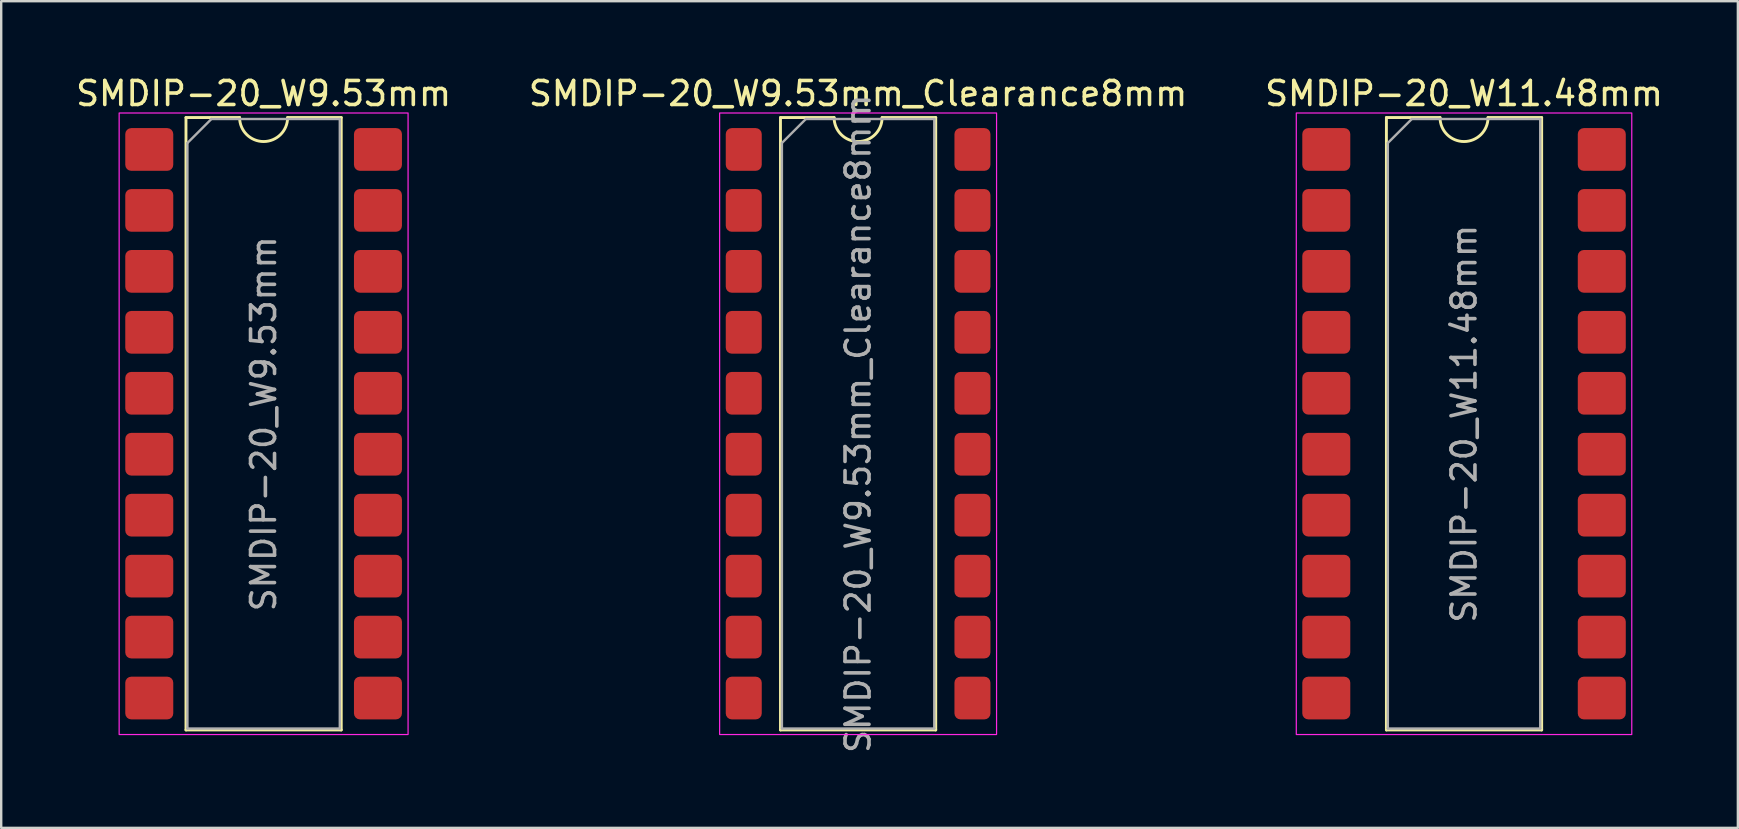
<source format=kicad_pcb>
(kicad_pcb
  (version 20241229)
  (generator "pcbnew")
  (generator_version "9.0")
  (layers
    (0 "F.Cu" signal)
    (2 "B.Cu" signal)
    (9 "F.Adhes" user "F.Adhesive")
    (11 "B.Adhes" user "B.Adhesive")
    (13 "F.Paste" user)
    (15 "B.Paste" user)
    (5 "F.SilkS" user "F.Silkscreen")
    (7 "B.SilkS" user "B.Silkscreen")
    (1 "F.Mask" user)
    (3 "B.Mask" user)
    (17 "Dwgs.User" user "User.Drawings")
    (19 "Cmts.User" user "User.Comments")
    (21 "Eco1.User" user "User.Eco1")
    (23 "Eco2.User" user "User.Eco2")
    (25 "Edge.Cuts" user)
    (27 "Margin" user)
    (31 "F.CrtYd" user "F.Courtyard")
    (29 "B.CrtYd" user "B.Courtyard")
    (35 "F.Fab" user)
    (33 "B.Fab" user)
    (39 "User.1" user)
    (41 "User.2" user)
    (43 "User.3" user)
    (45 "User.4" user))
  (footprint "SMDIP-20_W9.53mm_Clearance8mm"
    (layer "F.Cu")
    (at 32.708 14.608)
    (property "Reference" "SMDIP-20_W9.53mm_Clearance8mm" (at 0 -13.76 0) (layer "F.SilkS") (effects (font (size 1 1) (thickness 0.15))))
    (attr smd)
    (fp_line (start -3.235 -12.76) (end -3.235 12.76) (stroke (width 0.12) (type solid)) (layer "F.SilkS"))
    (fp_line (start -3.235 12.76) (end 3.235 12.76) (stroke (width 0.12) (type solid)) (layer "F.SilkS"))
    (fp_line (start -1 -12.76) (end -3.235 -12.76) (stroke (width 0.12) (type solid)) (layer "F.SilkS"))
    (fp_line (start 3.235 -12.76) (end 1 -12.76) (stroke (width 0.12) (type solid)) (layer "F.SilkS"))
    (fp_line (start 3.235 12.76) (end 3.235 -12.76) (stroke (width 0.12) (type solid)) (layer "F.SilkS"))
    (fp_arc (start 1 -12.76) (mid 0 -11.76) (end -1 -12.76) (stroke (width 0.12) (type solid)) (layer "F.SilkS"))
    (fp_rect (start -5.77 -12.95) (end 5.77 12.95) (stroke (width 0.05) (type solid)) (fill no) (layer "F.CrtYd"))
    (fp_line (start -3.175 -11.7) (end -2.175 -12.7) (stroke (width 0.1) (type solid)) (layer "F.Fab"))
    (fp_line (start -3.175 12.7) (end -3.175 -11.7) (stroke (width 0.1) (type solid)) (layer "F.Fab"))
    (fp_line (start -2.175 -12.7) (end 3.175 -12.7) (stroke (width 0.1) (type solid)) (layer "F.Fab"))
    (fp_line (start 3.175 -12.7) (end 3.175 12.7) (stroke (width 0.1) (type solid)) (layer "F.Fab"))
    (fp_line (start 3.175 12.7) (end -3.175 12.7) (stroke (width 0.1) (type solid)) (layer "F.Fab"))
    (fp_text user "${REFERENCE}" (at 0 0 90) (layer "F.Fab") (effects (font (size 1 1) (thickness 0.15))))
    (pad "1" smd roundrect (at -4.765 -11.43) (size 1.5 1.78) (layers "F.Cu" "F.Mask" "F.Paste") (roundrect_rratio 0.167))
    (pad "2" smd roundrect (at -4.765 -8.89) (size 1.5 1.78) (layers "F.Cu" "F.Mask" "F.Paste") (roundrect_rratio 0.167))
    (pad "3" smd roundrect (at -4.765 -6.35) (size 1.5 1.78) (layers "F.Cu" "F.Mask" "F.Paste") (roundrect_rratio 0.167))
    (pad "4" smd roundrect (at -4.765 -3.81) (size 1.5 1.78) (layers "F.Cu" "F.Mask" "F.Paste") (roundrect_rratio 0.167))
    (pad "5" smd roundrect (at -4.765 -1.27) (size 1.5 1.78) (layers "F.Cu" "F.Mask" "F.Paste") (roundrect_rratio 0.167))
    (pad "6" smd roundrect (at -4.765 1.27) (size 1.5 1.78) (layers "F.Cu" "F.Mask" "F.Paste") (roundrect_rratio 0.167))
    (pad "7" smd roundrect (at -4.765 3.81) (size 1.5 1.78) (layers "F.Cu" "F.Mask" "F.Paste") (roundrect_rratio 0.167))
    (pad "8" smd roundrect (at -4.765 6.35) (size 1.5 1.78) (layers "F.Cu" "F.Mask" "F.Paste") (roundrect_rratio 0.167))
    (pad "9" smd roundrect (at -4.765 8.89) (size 1.5 1.78) (layers "F.Cu" "F.Mask" "F.Paste") (roundrect_rratio 0.167))
    (pad "10" smd roundrect (at -4.765 11.43) (size 1.5 1.78) (layers "F.Cu" "F.Mask" "F.Paste") (roundrect_rratio 0.167))
    (pad "11" smd roundrect (at 4.765 11.43) (size 1.5 1.78) (layers "F.Cu" "F.Mask" "F.Paste") (roundrect_rratio 0.167))
    (pad "12" smd roundrect (at 4.765 8.89) (size 1.5 1.78) (layers "F.Cu" "F.Mask" "F.Paste") (roundrect_rratio 0.167))
    (pad "13" smd roundrect (at 4.765 6.35) (size 1.5 1.78) (layers "F.Cu" "F.Mask" "F.Paste") (roundrect_rratio 0.167))
    (pad "14" smd roundrect (at 4.765 3.81) (size 1.5 1.78) (layers "F.Cu" "F.Mask" "F.Paste") (roundrect_rratio 0.167))
    (pad "15" smd roundrect (at 4.765 1.27) (size 1.5 1.78) (layers "F.Cu" "F.Mask" "F.Paste") (roundrect_rratio 0.167))
    (pad "16" smd roundrect (at 4.765 -1.27) (size 1.5 1.78) (layers "F.Cu" "F.Mask" "F.Paste") (roundrect_rratio 0.167))
    (pad "17" smd roundrect (at 4.765 -3.81) (size 1.5 1.78) (layers "F.Cu" "F.Mask" "F.Paste") (roundrect_rratio 0.167))
    (pad "18" smd roundrect (at 4.765 -6.35) (size 1.5 1.78) (layers "F.Cu" "F.Mask" "F.Paste") (roundrect_rratio 0.167))
    (pad "19" smd roundrect (at 4.765 -8.89) (size 1.5 1.78) (layers "F.Cu" "F.Mask" "F.Paste") (roundrect_rratio 0.167))
    (pad "20" smd roundrect (at 4.765 -11.43) (size 1.5 1.78) (layers "F.Cu" "F.Mask" "F.Paste") (roundrect_rratio 0.167)))
  (footprint "SMDIP-20_W11.48mm"
    (layer "F.Cu")
    (at 57.958 14.608)
    (property "Reference" "SMDIP-20_W11.48mm" (at 0 -13.76 0) (layer "F.SilkS") (effects (font (size 1 1) (thickness 0.15))))
    (attr smd)
    (fp_line (start -3.235 -12.76) (end -3.235 12.76) (stroke (width 0.12) (type solid)) (layer "F.SilkS"))
    (fp_line (start -3.235 12.76) (end 3.235 12.76) (stroke (width 0.12) (type solid)) (layer "F.SilkS"))
    (fp_line (start -1 -12.76) (end -3.235 -12.76) (stroke (width 0.12) (type solid)) (layer "F.SilkS"))
    (fp_line (start 3.235 -12.76) (end 1 -12.76) (stroke (width 0.12) (type solid)) (layer "F.SilkS"))
    (fp_line (start 3.235 12.76) (end 3.235 -12.76) (stroke (width 0.12) (type solid)) (layer "F.SilkS"))
    (fp_arc (start 1 -12.76) (mid 0 -11.76) (end -1 -12.76) (stroke (width 0.12) (type solid)) (layer "F.SilkS"))
    (fp_rect (start -6.99 -12.95) (end 6.99 12.95) (stroke (width 0.05) (type solid)) (fill no) (layer "F.CrtYd"))
    (fp_line (start -3.175 -11.7) (end -2.175 -12.7) (stroke (width 0.1) (type solid)) (layer "F.Fab"))
    (fp_line (start -3.175 12.7) (end -3.175 -11.7) (stroke (width 0.1) (type solid)) (layer "F.Fab"))
    (fp_line (start -2.175 -12.7) (end 3.175 -12.7) (stroke (width 0.1) (type solid)) (layer "F.Fab"))
    (fp_line (start 3.175 -12.7) (end 3.175 12.7) (stroke (width 0.1) (type solid)) (layer "F.Fab"))
    (fp_line (start 3.175 12.7) (end -3.175 12.7) (stroke (width 0.1) (type solid)) (layer "F.Fab"))
    (fp_text user "${REFERENCE}" (at 0 0 90) (layer "F.Fab") (effects (font (size 1 1) (thickness 0.15))))
    (pad "1" smd roundrect (at -5.74 -11.43) (size 2 1.78) (layers "F.Cu" "F.Mask" "F.Paste") (roundrect_rratio 0.14))
    (pad "2" smd roundrect (at -5.74 -8.89) (size 2 1.78) (layers "F.Cu" "F.Mask" "F.Paste") (roundrect_rratio 0.14))
    (pad "3" smd roundrect (at -5.74 -6.35) (size 2 1.78) (layers "F.Cu" "F.Mask" "F.Paste") (roundrect_rratio 0.14))
    (pad "4" smd roundrect (at -5.74 -3.81) (size 2 1.78) (layers "F.Cu" "F.Mask" "F.Paste") (roundrect_rratio 0.14))
    (pad "5" smd roundrect (at -5.74 -1.27) (size 2 1.78) (layers "F.Cu" "F.Mask" "F.Paste") (roundrect_rratio 0.14))
    (pad "6" smd roundrect (at -5.74 1.27) (size 2 1.78) (layers "F.Cu" "F.Mask" "F.Paste") (roundrect_rratio 0.14))
    (pad "7" smd roundrect (at -5.74 3.81) (size 2 1.78) (layers "F.Cu" "F.Mask" "F.Paste") (roundrect_rratio 0.14))
    (pad "8" smd roundrect (at -5.74 6.35) (size 2 1.78) (layers "F.Cu" "F.Mask" "F.Paste") (roundrect_rratio 0.14))
    (pad "9" smd roundrect (at -5.74 8.89) (size 2 1.78) (layers "F.Cu" "F.Mask" "F.Paste") (roundrect_rratio 0.14))
    (pad "10" smd roundrect (at -5.74 11.43) (size 2 1.78) (layers "F.Cu" "F.Mask" "F.Paste") (roundrect_rratio 0.14))
    (pad "11" smd roundrect (at 5.74 11.43) (size 2 1.78) (layers "F.Cu" "F.Mask" "F.Paste") (roundrect_rratio 0.14))
    (pad "12" smd roundrect (at 5.74 8.89) (size 2 1.78) (layers "F.Cu" "F.Mask" "F.Paste") (roundrect_rratio 0.14))
    (pad "13" smd roundrect (at 5.74 6.35) (size 2 1.78) (layers "F.Cu" "F.Mask" "F.Paste") (roundrect_rratio 0.14))
    (pad "14" smd roundrect (at 5.74 3.81) (size 2 1.78) (layers "F.Cu" "F.Mask" "F.Paste") (roundrect_rratio 0.14))
    (pad "15" smd roundrect (at 5.74 1.27) (size 2 1.78) (layers "F.Cu" "F.Mask" "F.Paste") (roundrect_rratio 0.14))
    (pad "16" smd roundrect (at 5.74 -1.27) (size 2 1.78) (layers "F.Cu" "F.Mask" "F.Paste") (roundrect_rratio 0.14))
    (pad "17" smd roundrect (at 5.74 -3.81) (size 2 1.78) (layers "F.Cu" "F.Mask" "F.Paste") (roundrect_rratio 0.14))
    (pad "18" smd roundrect (at 5.74 -6.35) (size 2 1.78) (layers "F.Cu" "F.Mask" "F.Paste") (roundrect_rratio 0.14))
    (pad "19" smd roundrect (at 5.74 -8.89) (size 2 1.78) (layers "F.Cu" "F.Mask" "F.Paste") (roundrect_rratio 0.14))
    (pad "20" smd roundrect (at 5.74 -11.43) (size 2 1.78) (layers "F.Cu" "F.Mask" "F.Paste") (roundrect_rratio 0.14)))
  (footprint "SMDIP-20_W9.53mm"
    (layer "F.Cu")
    (at 7.935 14.608)
    (property "Reference" "SMDIP-20_W9.53mm" (at 0 -13.76 0) (layer "F.SilkS") (effects (font (size 1 1) (thickness 0.15))))
    (attr smd)
    (fp_line (start -3.235 -12.76) (end -3.235 12.76) (stroke (width 0.12) (type solid)) (layer "F.SilkS"))
    (fp_line (start -3.235 12.76) (end 3.235 12.76) (stroke (width 0.12) (type solid)) (layer "F.SilkS"))
    (fp_line (start -1 -12.76) (end -3.235 -12.76) (stroke (width 0.12) (type solid)) (layer "F.SilkS"))
    (fp_line (start 3.235 -12.76) (end 1 -12.76) (stroke (width 0.12) (type solid)) (layer "F.SilkS"))
    (fp_line (start 3.235 12.76) (end 3.235 -12.76) (stroke (width 0.12) (type solid)) (layer "F.SilkS"))
    (fp_arc (start 1 -12.76) (mid 0 -11.76) (end -1 -12.76) (stroke (width 0.12) (type solid)) (layer "F.SilkS"))
    (fp_rect (start -6.02 -12.95) (end 6.02 12.95) (stroke (width 0.05) (type solid)) (fill no) (layer "F.CrtYd"))
    (fp_line (start -3.175 -11.7) (end -2.175 -12.7) (stroke (width 0.1) (type solid)) (layer "F.Fab"))
    (fp_line (start -3.175 12.7) (end -3.175 -11.7) (stroke (width 0.1) (type solid)) (layer "F.Fab"))
    (fp_line (start -2.175 -12.7) (end 3.175 -12.7) (stroke (width 0.1) (type solid)) (layer "F.Fab"))
    (fp_line (start 3.175 -12.7) (end 3.175 12.7) (stroke (width 0.1) (type solid)) (layer "F.Fab"))
    (fp_line (start 3.175 12.7) (end -3.175 12.7) (stroke (width 0.1) (type solid)) (layer "F.Fab"))
    (fp_text user "${REFERENCE}" (at 0 0 90) (layer "F.Fab") (effects (font (size 1 1) (thickness 0.15))))
    (pad "1" smd roundrect (at -4.765 -11.43) (size 2 1.78) (layers "F.Cu" "F.Mask" "F.Paste") (roundrect_rratio 0.14))
    (pad "2" smd roundrect (at -4.765 -8.89) (size 2 1.78) (layers "F.Cu" "F.Mask" "F.Paste") (roundrect_rratio 0.14))
    (pad "3" smd roundrect (at -4.765 -6.35) (size 2 1.78) (layers "F.Cu" "F.Mask" "F.Paste") (roundrect_rratio 0.14))
    (pad "4" smd roundrect (at -4.765 -3.81) (size 2 1.78) (layers "F.Cu" "F.Mask" "F.Paste") (roundrect_rratio 0.14))
    (pad "5" smd roundrect (at -4.765 -1.27) (size 2 1.78) (layers "F.Cu" "F.Mask" "F.Paste") (roundrect_rratio 0.14))
    (pad "6" smd roundrect (at -4.765 1.27) (size 2 1.78) (layers "F.Cu" "F.Mask" "F.Paste") (roundrect_rratio 0.14))
    (pad "7" smd roundrect (at -4.765 3.81) (size 2 1.78) (layers "F.Cu" "F.Mask" "F.Paste") (roundrect_rratio 0.14))
    (pad "8" smd roundrect (at -4.765 6.35) (size 2 1.78) (layers "F.Cu" "F.Mask" "F.Paste") (roundrect_rratio 0.14))
    (pad "9" smd roundrect (at -4.765 8.89) (size 2 1.78) (layers "F.Cu" "F.Mask" "F.Paste") (roundrect_rratio 0.14))
    (pad "10" smd roundrect (at -4.765 11.43) (size 2 1.78) (layers "F.Cu" "F.Mask" "F.Paste") (roundrect_rratio 0.14))
    (pad "11" smd roundrect (at 4.765 11.43) (size 2 1.78) (layers "F.Cu" "F.Mask" "F.Paste") (roundrect_rratio 0.14))
    (pad "12" smd roundrect (at 4.765 8.89) (size 2 1.78) (layers "F.Cu" "F.Mask" "F.Paste") (roundrect_rratio 0.14))
    (pad "13" smd roundrect (at 4.765 6.35) (size 2 1.78) (layers "F.Cu" "F.Mask" "F.Paste") (roundrect_rratio 0.14))
    (pad "14" smd roundrect (at 4.765 3.81) (size 2 1.78) (layers "F.Cu" "F.Mask" "F.Paste") (roundrect_rratio 0.14))
    (pad "15" smd roundrect (at 4.765 1.27) (size 2 1.78) (layers "F.Cu" "F.Mask" "F.Paste") (roundrect_rratio 0.14))
    (pad "16" smd roundrect (at 4.765 -1.27) (size 2 1.78) (layers "F.Cu" "F.Mask" "F.Paste") (roundrect_rratio 0.14))
    (pad "17" smd roundrect (at 4.765 -3.81) (size 2 1.78) (layers "F.Cu" "F.Mask" "F.Paste") (roundrect_rratio 0.14))
    (pad "18" smd roundrect (at 4.765 -6.35) (size 2 1.78) (layers "F.Cu" "F.Mask" "F.Paste") (roundrect_rratio 0.14))
    (pad "19" smd roundrect (at 4.765 -8.89) (size 2 1.78) (layers "F.Cu" "F.Mask" "F.Paste") (roundrect_rratio 0.14))
    (pad "20" smd roundrect (at 4.765 -11.43) (size 2 1.78) (layers "F.Cu" "F.Mask" "F.Paste") (roundrect_rratio 0.14)))
  (gr_rect
    (start -3 -3)
    (end 69.369 31.448)
    (stroke (width 0.1) (type default))
    (fill no)
    (layer "Edge.Cuts")))
</source>
